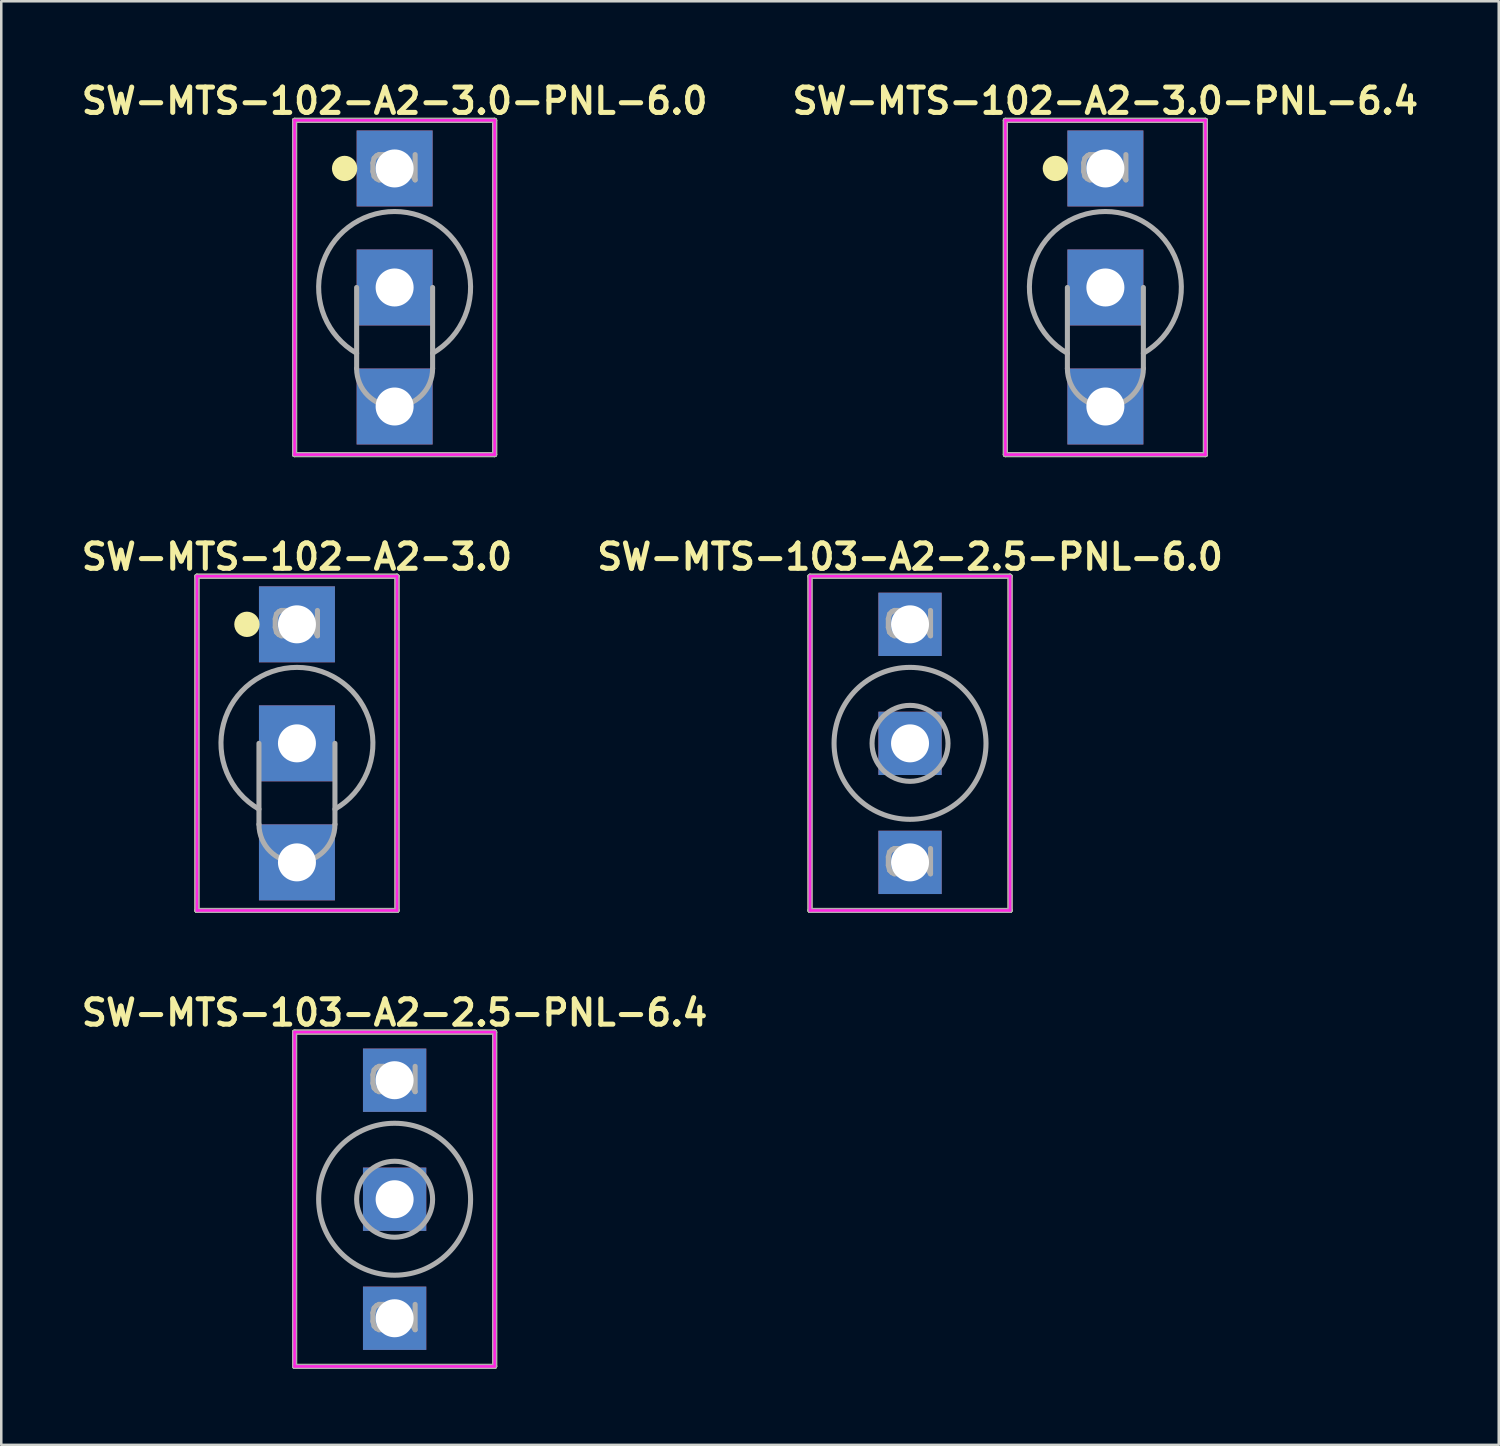
<source format=kicad_pcb>
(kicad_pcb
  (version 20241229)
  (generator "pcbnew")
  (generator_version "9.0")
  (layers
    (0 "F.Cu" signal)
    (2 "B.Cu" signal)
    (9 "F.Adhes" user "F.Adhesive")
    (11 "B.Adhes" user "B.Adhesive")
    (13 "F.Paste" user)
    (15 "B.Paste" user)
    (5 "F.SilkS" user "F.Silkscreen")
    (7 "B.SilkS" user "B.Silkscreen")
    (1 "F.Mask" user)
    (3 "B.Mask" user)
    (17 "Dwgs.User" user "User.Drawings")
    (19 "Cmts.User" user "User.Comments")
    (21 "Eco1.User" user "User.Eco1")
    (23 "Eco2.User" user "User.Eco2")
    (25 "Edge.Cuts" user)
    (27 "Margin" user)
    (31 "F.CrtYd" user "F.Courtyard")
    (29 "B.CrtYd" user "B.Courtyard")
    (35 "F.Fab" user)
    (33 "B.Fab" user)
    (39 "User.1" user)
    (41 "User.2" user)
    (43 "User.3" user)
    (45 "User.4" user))
  (footprint "SW-MTS-103-A2-2.5-PNL-6.0"
    (layer "F.Cu")
    (at 32.886 26.304)
    (property "Reference" "SW-MTS-103-A2-2.5-PNL-6.0" (at 0 -7.366 0) (layer "F.SilkS") (effects (font (size 1 1) (thickness 0.2))))
    (attr through_hole)
    (fp_line (start -3.95 -6.6) (end -3.95 6.6) (stroke (width 0.2) (type solid)) (layer "F.SilkS"))
    (fp_line (start -3.95 -6.6) (end 3.95 -6.6) (stroke (width 0.2) (type solid)) (layer "F.SilkS"))
    (fp_line (start -3.95 6.6) (end 3.95 6.6) (stroke (width 0.2) (type solid)) (layer "F.SilkS"))
    (fp_line (start 3.95 -6.6) (end 3.95 6.6) (stroke (width 0.2) (type solid)) (layer "F.SilkS"))
    (fp_circle (center 0 0) (end 3 0) (stroke (width 0.4) (type solid)) (fill no) (layer "Eco1.User"))
    (fp_line (start -3.95 -6.6) (end -3.95 6.6) (stroke (width 0.1) (type solid)) (layer "F.CrtYd"))
    (fp_line (start -3.95 -6.6) (end 3.95 -6.6) (stroke (width 0.1) (type solid)) (layer "F.CrtYd"))
    (fp_line (start -3.95 6.6) (end 3.95 6.6) (stroke (width 0.1) (type solid)) (layer "F.CrtYd"))
    (fp_line (start 3.95 -6.6) (end 3.95 6.6) (stroke (width 0.1) (type solid)) (layer "F.CrtYd"))
    (fp_line (start -3.95 -6.6) (end -3.95 6.6) (stroke (width 0.2) (type solid)) (layer "F.Fab"))
    (fp_line (start -3.95 -6.6) (end 3.95 -6.6) (stroke (width 0.2) (type solid)) (layer "F.Fab"))
    (fp_line (start -3.95 6.6) (end 3.95 6.6) (stroke (width 0.2) (type solid)) (layer "F.Fab"))
    (fp_line (start 3.95 -6.6) (end 3.95 6.6) (stroke (width 0.2) (type solid)) (layer "F.Fab"))
    (fp_circle (center 0 0) (end 1.5 0) (stroke (width 0.2) (type solid)) (fill no) (layer "F.Fab"))
    (fp_circle (center 0 0) (end 3 0) (stroke (width 0.2) (type solid)) (fill no) (layer "F.Fab"))
    (fp_text user "ON" (at 0 4.7 0) (layer "F.Fab") (effects (font (size 1 1) (thickness 0.2))))
    (fp_text user "ON" (at 0 -4.7 0) (layer "F.Fab") (effects (font (size 1 1) (thickness 0.2))))
    (pad "COM" thru_hole rect (at 0 0) (size 2.5 2.5) (drill 1.5) (layers "B.Cu" "B.Mask"))
    (pad "NO_1" thru_hole rect (at 0 -4.7) (size 2.5 2.5) (drill 1.5) (layers "B.Cu" "B.Mask"))
    (pad "NO_2" thru_hole rect (at 0 4.7) (size 2.5 2.5) (drill 1.5) (layers "B.Cu" "B.Mask")))
  (footprint "SW-MTS-102-A2-3.0"
    (layer "F.Cu")
    (at 8.676 26.304)
    (property "Reference" "SW-MTS-102-A2-3.0" (at 0 -7.366 0) (layer "F.SilkS") (effects (font (size 1 1) (thickness 0.2))))
    (attr through_hole)
    (fp_line (start -3.95 -6.6) (end -3.95 6.6) (stroke (width 0.2) (type solid)) (layer "F.SilkS"))
    (fp_line (start -3.95 -6.6) (end 3.95 -6.6) (stroke (width 0.2) (type solid)) (layer "F.SilkS"))
    (fp_line (start -3.95 6.6) (end 3.95 6.6) (stroke (width 0.2) (type solid)) (layer "F.SilkS"))
    (fp_line (start 3.95 -6.6) (end 3.95 6.6) (stroke (width 0.2) (type solid)) (layer "F.SilkS"))
    (fp_circle (center -1.975 -4.7) (end -1.725 -4.7) (stroke (width 0.5) (type solid)) (fill no) (layer "F.SilkS"))
    (fp_line (start -3.95 -6.6) (end -3.95 6.6) (stroke (width 0.1) (type solid)) (layer "F.CrtYd"))
    (fp_line (start -3.95 -6.6) (end 3.95 -6.6) (stroke (width 0.1) (type solid)) (layer "F.CrtYd"))
    (fp_line (start -3.95 6.6) (end 3.95 6.6) (stroke (width 0.1) (type solid)) (layer "F.CrtYd"))
    (fp_line (start 3.95 -6.6) (end 3.95 6.6) (stroke (width 0.1) (type solid)) (layer "F.CrtYd"))
    (fp_line (start -3.95 -6.6) (end -3.95 6.6) (stroke (width 0.2) (type solid)) (layer "F.Fab"))
    (fp_line (start -3.95 -6.6) (end 3.95 -6.6) (stroke (width 0.2) (type solid)) (layer "F.Fab"))
    (fp_line (start -3.95 6.6) (end 3.95 6.6) (stroke (width 0.2) (type solid)) (layer "F.Fab"))
    (fp_line (start -1.5 0) (end -1.5 3.2) (stroke (width 0.2) (type solid)) (layer "F.Fab"))
    (fp_line (start 1.5 0) (end 1.5 3.2) (stroke (width 0.2) (type solid)) (layer "F.Fab"))
    (fp_line (start 3.95 -6.6) (end 3.95 6.6) (stroke (width 0.2) (type solid)) (layer "F.Fab"))
    (fp_arc (start -1.5 2.598076) (mid 0 -3) (end 1.5 2.598076) (stroke (width 0.2) (type solid)) (layer "F.Fab"))
    (fp_arc (start 1.5 3.2) (mid 0 4.7) (end -1.5 3.2) (stroke (width 0.2) (type solid)) (layer "F.Fab"))
    (fp_text user "ON" (at 0 -4.7 0) (layer "F.Fab") (effects (font (size 1 1) (thickness 0.2))))
    (pad "COM" thru_hole rect (at 0 0) (size 3 3) (drill 1.5) (layers "B.Cu" "B.Mask"))
    (pad "NC" thru_hole rect (at 0 -4.7) (size 3 3) (drill 1.5) (layers "B.Cu" "B.Mask"))
    (pad "NO" thru_hole rect (at 0 4.7) (size 3 3) (drill 1.5) (layers "B.Cu" "B.Mask")))
  (footprint "SW-MTS-102-A2-3.0-PNL-6.0"
    (layer "F.Cu")
    (at 12.533 8.302)
    (property "Reference" "SW-MTS-102-A2-3.0-PNL-6.0" (at 0 -7.366 0) (layer "F.SilkS") (effects (font (size 1 1) (thickness 0.2))))
    (attr through_hole)
    (fp_line (start -3.95 -6.6) (end -3.95 6.6) (stroke (width 0.2) (type solid)) (layer "F.SilkS"))
    (fp_line (start -3.95 -6.6) (end 3.95 -6.6) (stroke (width 0.2) (type solid)) (layer "F.SilkS"))
    (fp_line (start -3.95 6.6) (end 3.95 6.6) (stroke (width 0.2) (type solid)) (layer "F.SilkS"))
    (fp_line (start 3.95 -6.6) (end 3.95 6.6) (stroke (width 0.2) (type solid)) (layer "F.SilkS"))
    (fp_circle (center -1.975 -4.7) (end -1.725 -4.7) (stroke (width 0.5) (type solid)) (fill no) (layer "F.SilkS"))
    (fp_circle (center 0 0) (end 3 0) (stroke (width 0.4) (type solid)) (fill no) (layer "Eco1.User"))
    (fp_line (start -3.95 -6.6) (end -3.95 6.6) (stroke (width 0.1) (type solid)) (layer "F.CrtYd"))
    (fp_line (start -3.95 -6.6) (end 3.95 -6.6) (stroke (width 0.1) (type solid)) (layer "F.CrtYd"))
    (fp_line (start -3.95 6.6) (end 3.95 6.6) (stroke (width 0.1) (type solid)) (layer "F.CrtYd"))
    (fp_line (start 3.95 -6.6) (end 3.95 6.6) (stroke (width 0.1) (type solid)) (layer "F.CrtYd"))
    (fp_line (start -3.95 -6.6) (end -3.95 6.6) (stroke (width 0.2) (type solid)) (layer "F.Fab"))
    (fp_line (start -3.95 -6.6) (end 3.95 -6.6) (stroke (width 0.2) (type solid)) (layer "F.Fab"))
    (fp_line (start -3.95 6.6) (end 3.95 6.6) (stroke (width 0.2) (type solid)) (layer "F.Fab"))
    (fp_line (start -1.5 0) (end -1.5 3.2) (stroke (width 0.2) (type solid)) (layer "F.Fab"))
    (fp_line (start 1.5 0) (end 1.5 3.2) (stroke (width 0.2) (type solid)) (layer "F.Fab"))
    (fp_line (start 3.95 -6.6) (end 3.95 6.6) (stroke (width 0.2) (type solid)) (layer "F.Fab"))
    (fp_arc (start -1.5 2.598076) (mid 0 -3) (end 1.5 2.598076) (stroke (width 0.2) (type solid)) (layer "F.Fab"))
    (fp_arc (start 1.5 3.2) (mid 0 4.7) (end -1.5 3.2) (stroke (width 0.2) (type solid)) (layer "F.Fab"))
    (fp_text user "ON" (at 0 -4.7 0) (layer "F.Fab") (effects (font (size 1 1) (thickness 0.2))))
    (pad "COM" thru_hole rect (at 0 0) (size 3 3) (drill 1.5) (layers "B.Cu" "B.Mask"))
    (pad "NC" thru_hole rect (at 0 -4.7) (size 3 3) (drill 1.5) (layers "B.Cu" "B.Mask"))
    (pad "NO" thru_hole rect (at 0 4.7) (size 3 3) (drill 1.5) (layers "B.Cu" "B.Mask")))
  (footprint "SW-MTS-103-A2-2.5-PNL-6.4"
    (layer "F.Cu")
    (at 12.533 44.306)
    (property "Reference" "SW-MTS-103-A2-2.5-PNL-6.4" (at 0 -7.366 0) (layer "F.SilkS") (effects (font (size 1 1) (thickness 0.2))))
    (attr through_hole)
    (fp_line (start -3.95 -6.6) (end -3.95 6.6) (stroke (width 0.2) (type solid)) (layer "F.SilkS"))
    (fp_line (start -3.95 -6.6) (end 3.95 -6.6) (stroke (width 0.2) (type solid)) (layer "F.SilkS"))
    (fp_line (start -3.95 6.6) (end 3.95 6.6) (stroke (width 0.2) (type solid)) (layer "F.SilkS"))
    (fp_line (start 3.95 -6.6) (end 3.95 6.6) (stroke (width 0.2) (type solid)) (layer "F.SilkS"))
    (fp_circle (center 0 0) (end 3.2 0) (stroke (width 0.4) (type solid)) (fill no) (layer "Eco1.User"))
    (fp_line (start -3.95 -6.6) (end -3.95 6.6) (stroke (width 0.1) (type solid)) (layer "F.CrtYd"))
    (fp_line (start -3.95 -6.6) (end 3.95 -6.6) (stroke (width 0.1) (type solid)) (layer "F.CrtYd"))
    (fp_line (start -3.95 6.6) (end 3.95 6.6) (stroke (width 0.1) (type solid)) (layer "F.CrtYd"))
    (fp_line (start 3.95 -6.6) (end 3.95 6.6) (stroke (width 0.1) (type solid)) (layer "F.CrtYd"))
    (fp_line (start -3.95 -6.6) (end -3.95 6.6) (stroke (width 0.2) (type solid)) (layer "F.Fab"))
    (fp_line (start -3.95 -6.6) (end 3.95 -6.6) (stroke (width 0.2) (type solid)) (layer "F.Fab"))
    (fp_line (start -3.95 6.6) (end 3.95 6.6) (stroke (width 0.2) (type solid)) (layer "F.Fab"))
    (fp_line (start 3.95 -6.6) (end 3.95 6.6) (stroke (width 0.2) (type solid)) (layer "F.Fab"))
    (fp_circle (center 0 0) (end 1.5 0) (stroke (width 0.2) (type solid)) (fill no) (layer "F.Fab"))
    (fp_circle (center 0 0) (end 3 0) (stroke (width 0.2) (type solid)) (fill no) (layer "F.Fab"))
    (fp_text user "ON" (at 0 -4.7 0) (layer "F.Fab") (effects (font (size 1 1) (thickness 0.2))))
    (fp_text user "ON" (at 0 4.7 0) (layer "F.Fab") (effects (font (size 1 1) (thickness 0.2))))
    (pad "COM" thru_hole rect (at 0 0) (size 2.5 2.5) (drill 1.5) (layers "B.Cu" "B.Mask"))
    (pad "NO_1" thru_hole rect (at 0 -4.7) (size 2.5 2.5) (drill 1.5) (layers "B.Cu" "B.Mask"))
    (pad "NO_2" thru_hole rect (at 0 4.7) (size 2.5 2.5) (drill 1.5) (layers "B.Cu" "B.Mask")))
  (footprint "SW-MTS-102-A2-3.0-PNL-6.4"
    (layer "F.Cu")
    (at 40.6 8.302)
    (property "Reference" "SW-MTS-102-A2-3.0-PNL-6.4" (at 0 -7.366 0) (layer "F.SilkS") (effects (font (size 1 1) (thickness 0.2))))
    (attr through_hole)
    (fp_line (start -3.95 -6.6) (end -3.95 6.6) (stroke (width 0.2) (type solid)) (layer "F.SilkS"))
    (fp_line (start -3.95 -6.6) (end 3.95 -6.6) (stroke (width 0.2) (type solid)) (layer "F.SilkS"))
    (fp_line (start -3.95 6.6) (end 3.95 6.6) (stroke (width 0.2) (type solid)) (layer "F.SilkS"))
    (fp_line (start 3.95 -6.6) (end 3.95 6.6) (stroke (width 0.2) (type solid)) (layer "F.SilkS"))
    (fp_circle (center -1.975 -4.7) (end -1.725 -4.7) (stroke (width 0.5) (type solid)) (fill no) (layer "F.SilkS"))
    (fp_circle (center 0 0) (end 3.2 0) (stroke (width 0.4) (type solid)) (fill no) (layer "Eco1.User"))
    (fp_line (start -3.95 -6.6) (end -3.95 6.6) (stroke (width 0.1) (type solid)) (layer "F.CrtYd"))
    (fp_line (start -3.95 -6.6) (end 3.95 -6.6) (stroke (width 0.1) (type solid)) (layer "F.CrtYd"))
    (fp_line (start -3.95 6.6) (end 3.95 6.6) (stroke (width 0.1) (type solid)) (layer "F.CrtYd"))
    (fp_line (start 3.95 -6.6) (end 3.95 6.6) (stroke (width 0.1) (type solid)) (layer "F.CrtYd"))
    (fp_line (start -3.95 -6.6) (end -3.95 6.6) (stroke (width 0.2) (type solid)) (layer "F.Fab"))
    (fp_line (start -3.95 -6.6) (end 3.95 -6.6) (stroke (width 0.2) (type solid)) (layer "F.Fab"))
    (fp_line (start -3.95 6.6) (end 3.95 6.6) (stroke (width 0.2) (type solid)) (layer "F.Fab"))
    (fp_line (start -1.5 0) (end -1.5 3.2) (stroke (width 0.2) (type solid)) (layer "F.Fab"))
    (fp_line (start 1.5 0) (end 1.5 3.2) (stroke (width 0.2) (type solid)) (layer "F.Fab"))
    (fp_line (start 3.95 -6.6) (end 3.95 6.6) (stroke (width 0.2) (type solid)) (layer "F.Fab"))
    (fp_arc (start -1.5 2.598076) (mid 0 -3) (end 1.5 2.598076) (stroke (width 0.2) (type solid)) (layer "F.Fab"))
    (fp_arc (start 1.5 3.2) (mid 0 4.7) (end -1.5 3.2) (stroke (width 0.2) (type solid)) (layer "F.Fab"))
    (fp_text user "ON" (at 0 -4.7 0) (layer "F.Fab") (effects (font (size 1 1) (thickness 0.2))))
    (pad "COM" thru_hole rect (at 0 0) (size 3 3) (drill 1.5) (layers "B.Cu" "B.Mask"))
    (pad "NC" thru_hole rect (at 0 -4.7) (size 3 3) (drill 1.5) (layers "B.Cu" "B.Mask"))
    (pad "NO" thru_hole rect (at 0 4.7) (size 3 3) (drill 1.5) (layers "B.Cu" "B.Mask")))
  (gr_rect
    (start -3 -3)
    (end 56.133 54.006)
    (stroke (width 0.1) (type default))
    (fill no)
    (layer "Edge.Cuts")))
</source>
